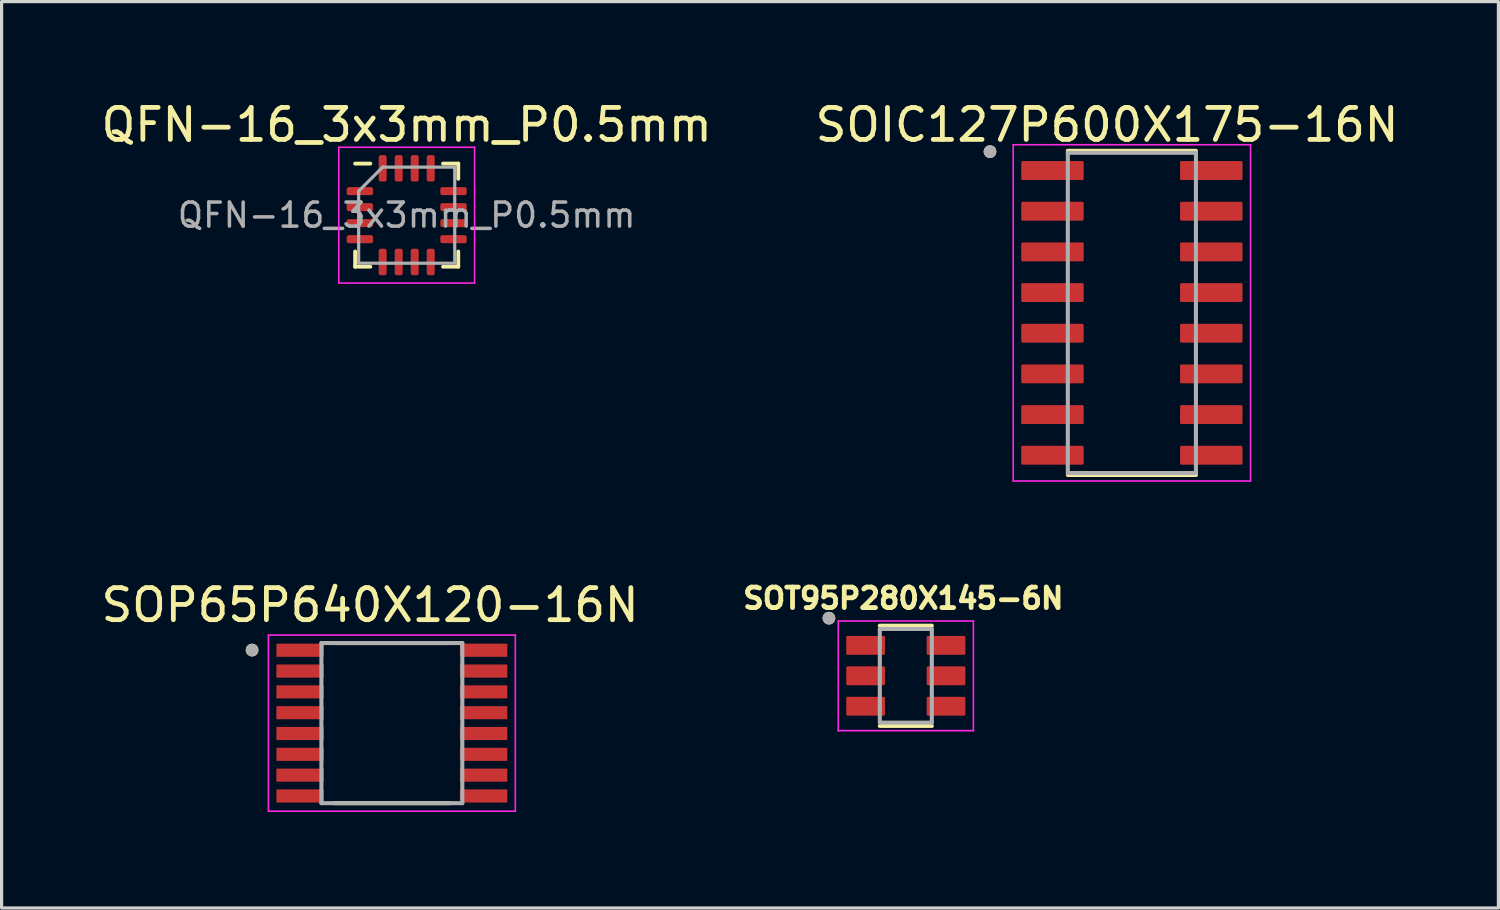
<source format=kicad_pcb>
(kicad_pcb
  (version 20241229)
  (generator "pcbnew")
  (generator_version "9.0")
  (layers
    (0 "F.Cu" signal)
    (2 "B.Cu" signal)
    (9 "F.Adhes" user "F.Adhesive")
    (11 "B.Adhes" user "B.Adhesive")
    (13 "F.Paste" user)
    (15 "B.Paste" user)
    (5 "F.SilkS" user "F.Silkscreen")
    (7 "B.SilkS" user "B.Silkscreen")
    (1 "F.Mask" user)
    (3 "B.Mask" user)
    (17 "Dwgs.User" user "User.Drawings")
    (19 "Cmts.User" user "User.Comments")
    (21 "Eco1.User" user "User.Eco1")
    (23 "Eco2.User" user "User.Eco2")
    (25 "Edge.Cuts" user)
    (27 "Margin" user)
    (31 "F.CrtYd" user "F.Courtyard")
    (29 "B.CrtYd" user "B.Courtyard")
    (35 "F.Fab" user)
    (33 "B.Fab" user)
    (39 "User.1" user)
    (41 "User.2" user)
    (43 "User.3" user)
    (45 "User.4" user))
  (footprint "SOP65P640X120-16N"
    (layer "F.Cu")
    (at 9.186 19.529)
    (property "Reference" "SOP65P640X120-16N" (at -0.68 -3.685 0) (layer "F.SilkS") (effects (font (size 1 1) (thickness 0.15))))
    (attr through_hole)
    (fp_line (start -1.805 -2.5) (end 1.805 -2.5) (stroke (width 0.127) (type solid)) (layer "F.SilkS"))
    (fp_line (start -1.805 2.5) (end 1.805 2.5) (stroke (width 0.127) (type solid)) (layer "F.SilkS"))
    (fp_circle (center -4.365 -2.28) (end -4.265 -2.28) (stroke (width 0.2) (type solid)) (fill no) (layer "F.SilkS"))
    (fp_line (start -3.855 -2.75) (end -3.855 2.75) (stroke (width 0.05) (type solid)) (layer "F.CrtYd"))
    (fp_line (start -3.855 2.75) (end 3.855 2.75) (stroke (width 0.05) (type solid)) (layer "F.CrtYd"))
    (fp_line (start 3.855 -2.75) (end -3.855 -2.75) (stroke (width 0.05) (type solid)) (layer "F.CrtYd"))
    (fp_line (start 3.855 2.75) (end 3.855 -2.75) (stroke (width 0.05) (type solid)) (layer "F.CrtYd"))
    (fp_line (start -2.2 -2.5) (end -2.2 2.5) (stroke (width 0.127) (type solid)) (layer "F.Fab"))
    (fp_line (start -2.2 -2.5) (end 2.2 -2.5) (stroke (width 0.127) (type solid)) (layer "F.Fab"))
    (fp_line (start -2.2 2.5) (end 2.2 2.5) (stroke (width 0.127) (type solid)) (layer "F.Fab"))
    (fp_line (start 2.2 -2.5) (end 2.2 2.5) (stroke (width 0.127) (type solid)) (layer "F.Fab"))
    (fp_circle (center -4.365 -2.28) (end -4.265 -2.28) (stroke (width 0.2) (type solid)) (fill no) (layer "F.Fab"))
    (pad "1" smd rect (at -2.865 -2.275) (size 1.48 0.41) (layers "F.Cu" "F.Mask" "F.Paste"))
    (pad "2" smd rect (at -2.865 -1.625) (size 1.48 0.41) (layers "F.Cu" "F.Mask" "F.Paste"))
    (pad "3" smd rect (at -2.865 -0.975) (size 1.48 0.41) (layers "F.Cu" "F.Mask" "F.Paste"))
    (pad "4" smd rect (at -2.865 -0.325) (size 1.48 0.41) (layers "F.Cu" "F.Mask" "F.Paste"))
    (pad "5" smd rect (at -2.865 0.325) (size 1.48 0.41) (layers "F.Cu" "F.Mask" "F.Paste"))
    (pad "6" smd rect (at -2.865 0.975) (size 1.48 0.41) (layers "F.Cu" "F.Mask" "F.Paste"))
    (pad "7" smd rect (at -2.865 1.625) (size 1.48 0.41) (layers "F.Cu" "F.Mask" "F.Paste"))
    (pad "8" smd rect (at -2.865 2.275) (size 1.48 0.41) (layers "F.Cu" "F.Mask" "F.Paste"))
    (pad "9" smd rect (at 2.865 2.275) (size 1.48 0.41) (layers "F.Cu" "F.Mask" "F.Paste"))
    (pad "10" smd rect (at 2.865 1.625) (size 1.48 0.41) (layers "F.Cu" "F.Mask" "F.Paste"))
    (pad "11" smd rect (at 2.865 0.975) (size 1.48 0.41) (layers "F.Cu" "F.Mask" "F.Paste"))
    (pad "12" smd rect (at 2.865 0.325) (size 1.48 0.41) (layers "F.Cu" "F.Mask" "F.Paste"))
    (pad "13" smd rect (at 2.865 -0.325) (size 1.48 0.41) (layers "F.Cu" "F.Mask" "F.Paste"))
    (pad "14" smd rect (at 2.865 -0.975) (size 1.48 0.41) (layers "F.Cu" "F.Mask" "F.Paste"))
    (pad "15" smd rect (at 2.865 -1.625) (size 1.48 0.41) (layers "F.Cu" "F.Mask" "F.Paste"))
    (pad "16" smd rect (at 2.865 -2.275) (size 1.48 0.41) (layers "F.Cu" "F.Mask" "F.Paste")))
  (footprint "SOIC127P600X175-16N"
    (layer "F.Cu")
    (at 32.293 6.72)
    (property "Reference" "SOIC127P600X175-16N" (at -0.775 -5.872 0) (layer "F.SilkS") (effects (font (size 1 1) (thickness 0.15))))
    (attr through_hole)
    (fp_line (start -2 -5.06) (end 2 -5.06) (stroke (width 0.127) (type solid)) (layer "F.SilkS"))
    (fp_line (start -2 5.06) (end 2 5.06) (stroke (width 0.127) (type solid)) (layer "F.SilkS"))
    (fp_circle (center -4.43 -5.035) (end -4.33 -5.035) (stroke (width 0.2) (type solid)) (fill no) (layer "F.SilkS"))
    (fp_line (start -3.705 -5.25) (end -3.705 5.25) (stroke (width 0.05) (type solid)) (layer "F.CrtYd"))
    (fp_line (start -3.705 -5.25) (end 3.705 -5.25) (stroke (width 0.05) (type solid)) (layer "F.CrtYd"))
    (fp_line (start -3.705 5.25) (end 3.705 5.25) (stroke (width 0.05) (type solid)) (layer "F.CrtYd"))
    (fp_line (start 3.705 -5.25) (end 3.705 5.25) (stroke (width 0.05) (type solid)) (layer "F.CrtYd"))
    (fp_line (start -2 -5) (end -2 5) (stroke (width 0.127) (type solid)) (layer "F.Fab"))
    (fp_line (start -2 -5) (end 2 -5) (stroke (width 0.127) (type solid)) (layer "F.Fab"))
    (fp_line (start -2 5) (end 2 5) (stroke (width 0.127) (type solid)) (layer "F.Fab"))
    (fp_line (start 2 -5) (end 2 5) (stroke (width 0.127) (type solid)) (layer "F.Fab"))
    (fp_circle (center -4.43 -5.035) (end -4.33 -5.035) (stroke (width 0.2) (type solid)) (fill no) (layer "F.Fab"))
    (pad "1" smd roundrect (at -2.48 -4.445) (size 1.95 0.59) (layers "F.Cu" "F.Mask" "F.Paste") (roundrect_rratio 0.07))
    (pad "2" smd roundrect (at -2.48 -3.175) (size 1.95 0.59) (layers "F.Cu" "F.Mask" "F.Paste") (roundrect_rratio 0.07))
    (pad "3" smd roundrect (at -2.48 -1.905) (size 1.95 0.59) (layers "F.Cu" "F.Mask" "F.Paste") (roundrect_rratio 0.07))
    (pad "4" smd roundrect (at -2.48 -0.635) (size 1.95 0.59) (layers "F.Cu" "F.Mask" "F.Paste") (roundrect_rratio 0.07))
    (pad "5" smd roundrect (at -2.48 0.635) (size 1.95 0.59) (layers "F.Cu" "F.Mask" "F.Paste") (roundrect_rratio 0.07))
    (pad "6" smd roundrect (at -2.48 1.905) (size 1.95 0.59) (layers "F.Cu" "F.Mask" "F.Paste") (roundrect_rratio 0.07))
    (pad "7" smd roundrect (at -2.48 3.175) (size 1.95 0.59) (layers "F.Cu" "F.Mask" "F.Paste") (roundrect_rratio 0.07))
    (pad "8" smd roundrect (at -2.48 4.445) (size 1.95 0.59) (layers "F.Cu" "F.Mask" "F.Paste") (roundrect_rratio 0.07))
    (pad "9" smd roundrect (at 2.48 4.445) (size 1.95 0.59) (layers "F.Cu" "F.Mask" "F.Paste") (roundrect_rratio 0.07))
    (pad "10" smd roundrect (at 2.48 3.175) (size 1.95 0.59) (layers "F.Cu" "F.Mask" "F.Paste") (roundrect_rratio 0.07))
    (pad "11" smd roundrect (at 2.48 1.905) (size 1.95 0.59) (layers "F.Cu" "F.Mask" "F.Paste") (roundrect_rratio 0.07))
    (pad "12" smd roundrect (at 2.48 0.635) (size 1.95 0.59) (layers "F.Cu" "F.Mask" "F.Paste") (roundrect_rratio 0.07))
    (pad "13" smd roundrect (at 2.48 -0.635) (size 1.95 0.59) (layers "F.Cu" "F.Mask" "F.Paste") (roundrect_rratio 0.07))
    (pad "14" smd roundrect (at 2.48 -1.905) (size 1.95 0.59) (layers "F.Cu" "F.Mask" "F.Paste") (roundrect_rratio 0.07))
    (pad "15" smd roundrect (at 2.48 -3.175) (size 1.95 0.59) (layers "F.Cu" "F.Mask" "F.Paste") (roundrect_rratio 0.07))
    (pad "16" smd roundrect (at 2.48 -4.445) (size 1.95 0.59) (layers "F.Cu" "F.Mask" "F.Paste") (roundrect_rratio 0.07)))
  (footprint "SOT95P280X145-6N"
    (layer "F.Cu")
    (at 25.234 18.052)
    (property "Reference" "SOT95P280X145-6N" (at -0.078 -2.419 0) (layer "F.SilkS") (effects (font (size 0.64 0.64) (thickness 0.15))))
    (attr through_hole)
    (fp_line (start 0.812 -1.565) (end -0.812 -1.565) (stroke (width 0.127) (type solid)) (layer "F.SilkS"))
    (fp_line (start 0.812 1.565) (end -0.812 1.565) (stroke (width 0.127) (type solid)) (layer "F.SilkS"))
    (fp_circle (center -2.4 -1.8) (end -2.3 -1.8) (stroke (width 0.2) (type solid)) (fill no) (layer "F.SilkS"))
    (fp_line (start -2.11 -1.712) (end -2.11 1.712) (stroke (width 0.05) (type solid)) (layer "F.CrtYd"))
    (fp_line (start -2.11 1.712) (end 2.11 1.712) (stroke (width 0.05) (type solid)) (layer "F.CrtYd"))
    (fp_line (start 2.11 -1.712) (end -2.11 -1.712) (stroke (width 0.05) (type solid)) (layer "F.CrtYd"))
    (fp_line (start 2.11 1.712) (end 2.11 -1.712) (stroke (width 0.05) (type solid)) (layer "F.CrtYd"))
    (fp_line (start -0.812 -1.462) (end 0.812 -1.462) (stroke (width 0.127) (type solid)) (layer "F.Fab"))
    (fp_line (start -0.812 1.462) (end -0.812 -1.462) (stroke (width 0.127) (type solid)) (layer "F.Fab"))
    (fp_line (start 0.812 -1.462) (end 0.812 1.462) (stroke (width 0.127) (type solid)) (layer "F.Fab"))
    (fp_line (start 0.812 1.462) (end -0.812 1.462) (stroke (width 0.127) (type solid)) (layer "F.Fab"))
    (fp_circle (center -2.4 -1.8) (end -2.3 -1.8) (stroke (width 0.2) (type solid)) (fill no) (layer "F.Fab"))
    (pad "1" smd roundrect (at -1.255 -0.95) (size 1.21 0.59) (layers "F.Cu" "F.Mask" "F.Paste") (roundrect_rratio 0.07))
    (pad "2" smd roundrect (at -1.255 0) (size 1.21 0.59) (layers "F.Cu" "F.Mask" "F.Paste") (roundrect_rratio 0.07))
    (pad "3" smd roundrect (at -1.255 0.95) (size 1.21 0.59) (layers "F.Cu" "F.Mask" "F.Paste") (roundrect_rratio 0.07))
    (pad "4" smd roundrect (at 1.255 0.95) (size 1.21 0.59) (layers "F.Cu" "F.Mask" "F.Paste") (roundrect_rratio 0.07))
    (pad "5" smd roundrect (at 1.255 0) (size 1.21 0.59) (layers "F.Cu" "F.Mask" "F.Paste") (roundrect_rratio 0.07))
    (pad "6" smd roundrect (at 1.255 -0.95) (size 1.21 0.59) (layers "F.Cu" "F.Mask" "F.Paste") (roundrect_rratio 0.07)))
  (footprint "QFN-16_3x3mm_P0.5mm"
    (layer "F.Cu")
    (at 9.649 3.668)
    (property "Reference" "QFN-16_3x3mm_P0.5mm" (at 0 -2.82 0) (layer "F.SilkS") (effects (font (size 1 1) (thickness 0.15))))
    (attr smd)
    (fp_line (start -1.61 1.61) (end -1.61 1.135) (stroke (width 0.12) (type solid)) (layer "F.SilkS"))
    (fp_line (start -1.135 -1.61) (end -1.61 -1.61) (stroke (width 0.12) (type solid)) (layer "F.SilkS"))
    (fp_line (start -1.135 1.61) (end -1.61 1.61) (stroke (width 0.12) (type solid)) (layer "F.SilkS"))
    (fp_line (start 1.135 -1.61) (end 1.61 -1.61) (stroke (width 0.12) (type solid)) (layer "F.SilkS"))
    (fp_line (start 1.135 1.61) (end 1.61 1.61) (stroke (width 0.12) (type solid)) (layer "F.SilkS"))
    (fp_line (start 1.61 -1.61) (end 1.61 -1.135) (stroke (width 0.12) (type solid)) (layer "F.SilkS"))
    (fp_line (start 1.61 1.61) (end 1.61 1.135) (stroke (width 0.12) (type solid)) (layer "F.SilkS"))
    (fp_line (start -2.12 -2.12) (end -2.12 2.12) (stroke (width 0.05) (type solid)) (layer "F.CrtYd"))
    (fp_line (start -2.12 2.12) (end 2.12 2.12) (stroke (width 0.05) (type solid)) (layer "F.CrtYd"))
    (fp_line (start 2.12 -2.12) (end -2.12 -2.12) (stroke (width 0.05) (type solid)) (layer "F.CrtYd"))
    (fp_line (start 2.12 2.12) (end 2.12 -2.12) (stroke (width 0.05) (type solid)) (layer "F.CrtYd"))
    (fp_line (start -1.5 -0.75) (end -0.75 -1.5) (stroke (width 0.1) (type solid)) (layer "F.Fab"))
    (fp_line (start -1.5 1.5) (end -1.5 -0.75) (stroke (width 0.1) (type solid)) (layer "F.Fab"))
    (fp_line (start -0.75 -1.5) (end 1.5 -1.5) (stroke (width 0.1) (type solid)) (layer "F.Fab"))
    (fp_line (start 1.5 -1.5) (end 1.5 1.5) (stroke (width 0.1) (type solid)) (layer "F.Fab"))
    (fp_line (start 1.5 1.5) (end -1.5 1.5) (stroke (width 0.1) (type solid)) (layer "F.Fab"))
    (fp_text user "${REFERENCE}" (at 0 0 0) (layer "F.Fab") (effects (font (size 0.75 0.75) (thickness 0.11))))
    (pad "1" smd roundrect (at -1.462 -0.75) (size 0.825 0.25) (layers "F.Cu" "F.Mask" "F.Paste") (roundrect_rratio 0.25))
    (pad "2" smd roundrect (at -1.462 -0.25) (size 0.825 0.25) (layers "F.Cu" "F.Mask" "F.Paste") (roundrect_rratio 0.25))
    (pad "3" smd roundrect (at -1.462 0.25) (size 0.825 0.25) (layers "F.Cu" "F.Mask" "F.Paste") (roundrect_rratio 0.25))
    (pad "4" smd roundrect (at -1.462 0.75) (size 0.825 0.25) (layers "F.Cu" "F.Mask" "F.Paste") (roundrect_rratio 0.25))
    (pad "5" smd roundrect (at -0.75 1.462) (size 0.25 0.825) (layers "F.Cu" "F.Mask" "F.Paste") (roundrect_rratio 0.25))
    (pad "6" smd roundrect (at -0.25 1.462) (size 0.25 0.825) (layers "F.Cu" "F.Mask" "F.Paste") (roundrect_rratio 0.25))
    (pad "7" smd roundrect (at 0.25 1.462) (size 0.25 0.825) (layers "F.Cu" "F.Mask" "F.Paste") (roundrect_rratio 0.25))
    (pad "8" smd roundrect (at 0.75 1.462) (size 0.25 0.825) (layers "F.Cu" "F.Mask" "F.Paste") (roundrect_rratio 0.25))
    (pad "9" smd roundrect (at 1.462 0.75) (size 0.825 0.25) (layers "F.Cu" "F.Mask" "F.Paste") (roundrect_rratio 0.25))
    (pad "10" smd roundrect (at 1.462 0.25) (size 0.825 0.25) (layers "F.Cu" "F.Mask" "F.Paste") (roundrect_rratio 0.25))
    (pad "11" smd roundrect (at 1.462 -0.25) (size 0.825 0.25) (layers "F.Cu" "F.Mask" "F.Paste") (roundrect_rratio 0.25))
    (pad "12" smd roundrect (at 1.462 -0.75) (size 0.825 0.25) (layers "F.Cu" "F.Mask" "F.Paste") (roundrect_rratio 0.25))
    (pad "13" smd roundrect (at 0.75 -1.462) (size 0.25 0.825) (layers "F.Cu" "F.Mask" "F.Paste") (roundrect_rratio 0.25))
    (pad "14" smd roundrect (at 0.25 -1.462) (size 0.25 0.825) (layers "F.Cu" "F.Mask" "F.Paste") (roundrect_rratio 0.25))
    (pad "15" smd roundrect (at -0.25 -1.462) (size 0.25 0.825) (layers "F.Cu" "F.Mask" "F.Paste") (roundrect_rratio 0.25))
    (pad "16" smd roundrect (at -0.75 -1.462) (size 0.25 0.825) (layers "F.Cu" "F.Mask" "F.Paste") (roundrect_rratio 0.25)))
  (gr_rect
    (start -3 -3)
    (end 43.738 25.303)
    (stroke (width 0.1) (type default))
    (fill no)
    (layer "Edge.Cuts")))
</source>
